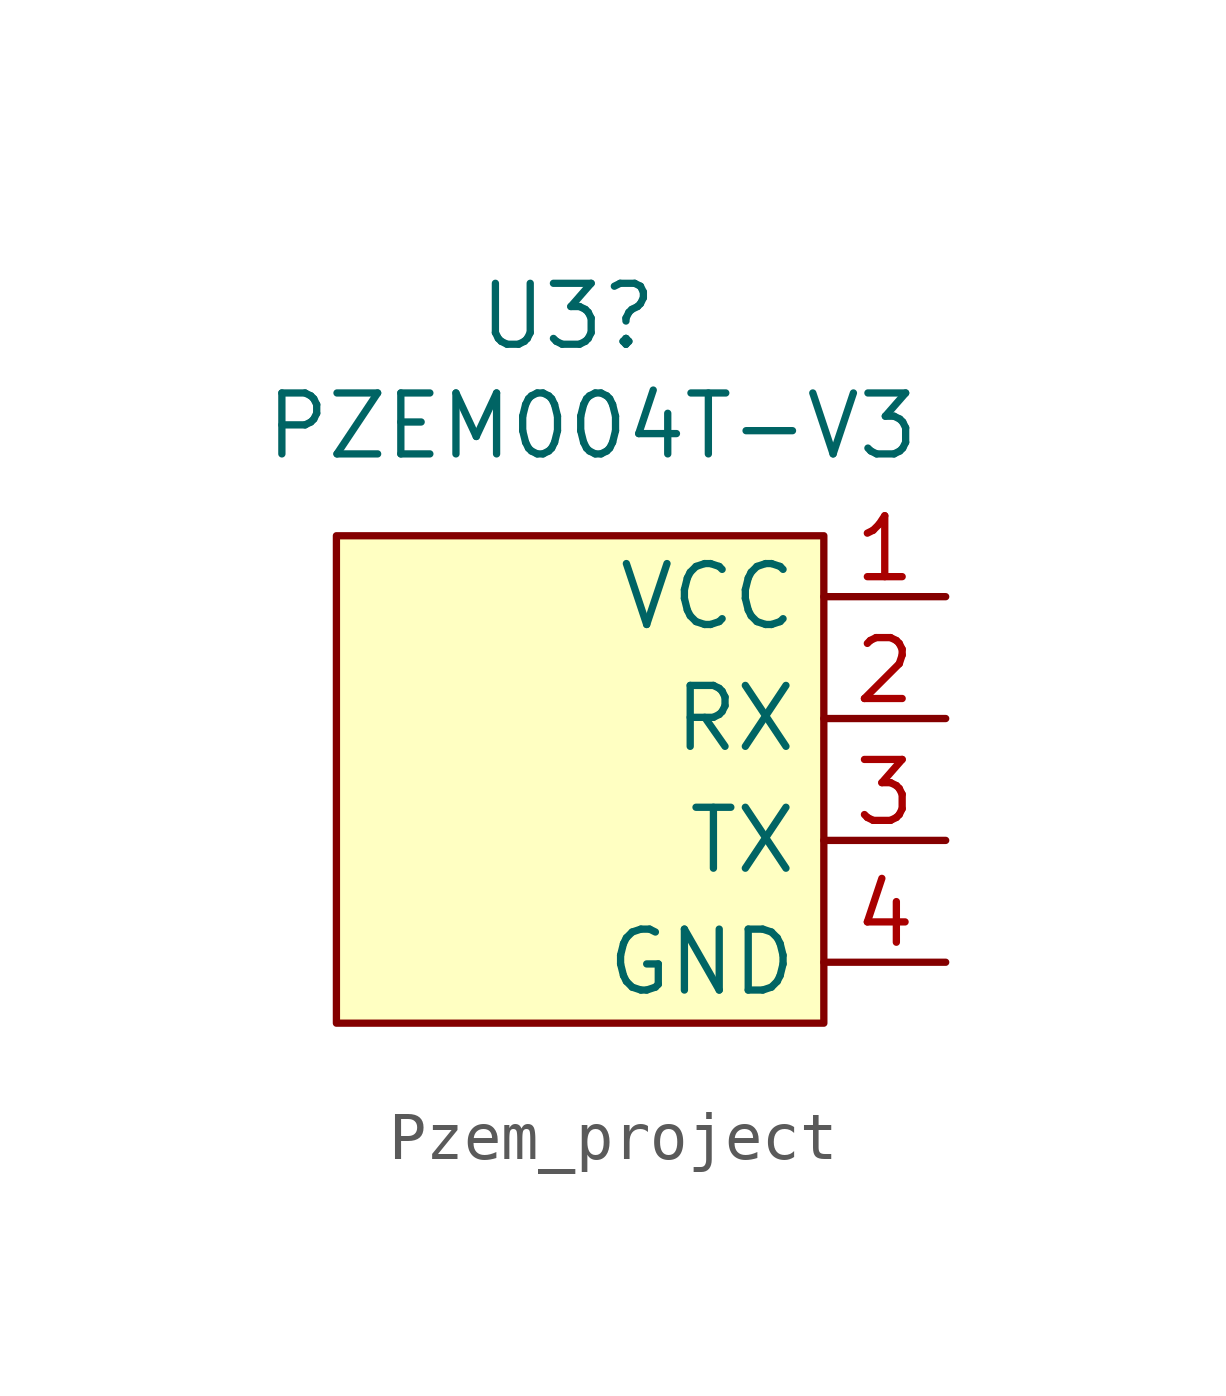
<source format=kicad_sym>
(kicad_symbol_lib
  (version 20241209)
  (generator "kicad_symbol_editor")
  (generator_version "9.0")
  (symbol "Pzem_project"
    (property "Reference" "U3"
      (at -14.224 12.192 0)
      (effects (font (size 1.27 1.27))))
    (property "Value" "PZEM004T-V3"
      (at -13.716 9.906 0)
      (effects (font (size 1.27 1.27))))
    (symbol "Pzem_project_1_1"
      (rectangle (start -19.05 7.62) (end -8.89 -2.54) (stroke (width 0) (type solid)) (fill (type background)))
      (pin power_in line (at -6.35 6.35 180) (length 2.54) (name "VCC" (effects (font (size 1.27 1.27)))) (number "1" (effects (font (size 1.27 1.27)))))
      (pin input line (at -6.35 3.81 180) (length 2.54) (name "RX" (effects (font (size 1.27 1.27)))) (number "2" (effects (font (size 1.27 1.27)))))
      (pin input line (at -6.35 1.27 180) (length 2.54) (name "TX" (effects (font (size 1.27 1.27)))) (number "3" (effects (font (size 1.27 1.27)))))
      (pin power_in line (at -6.35 -1.27 180) (length 2.54) (name "GND" (effects (font (size 1.27 1.27)))) (number "4" (effects (font (size 1.27 1.27))))))))
</source>
